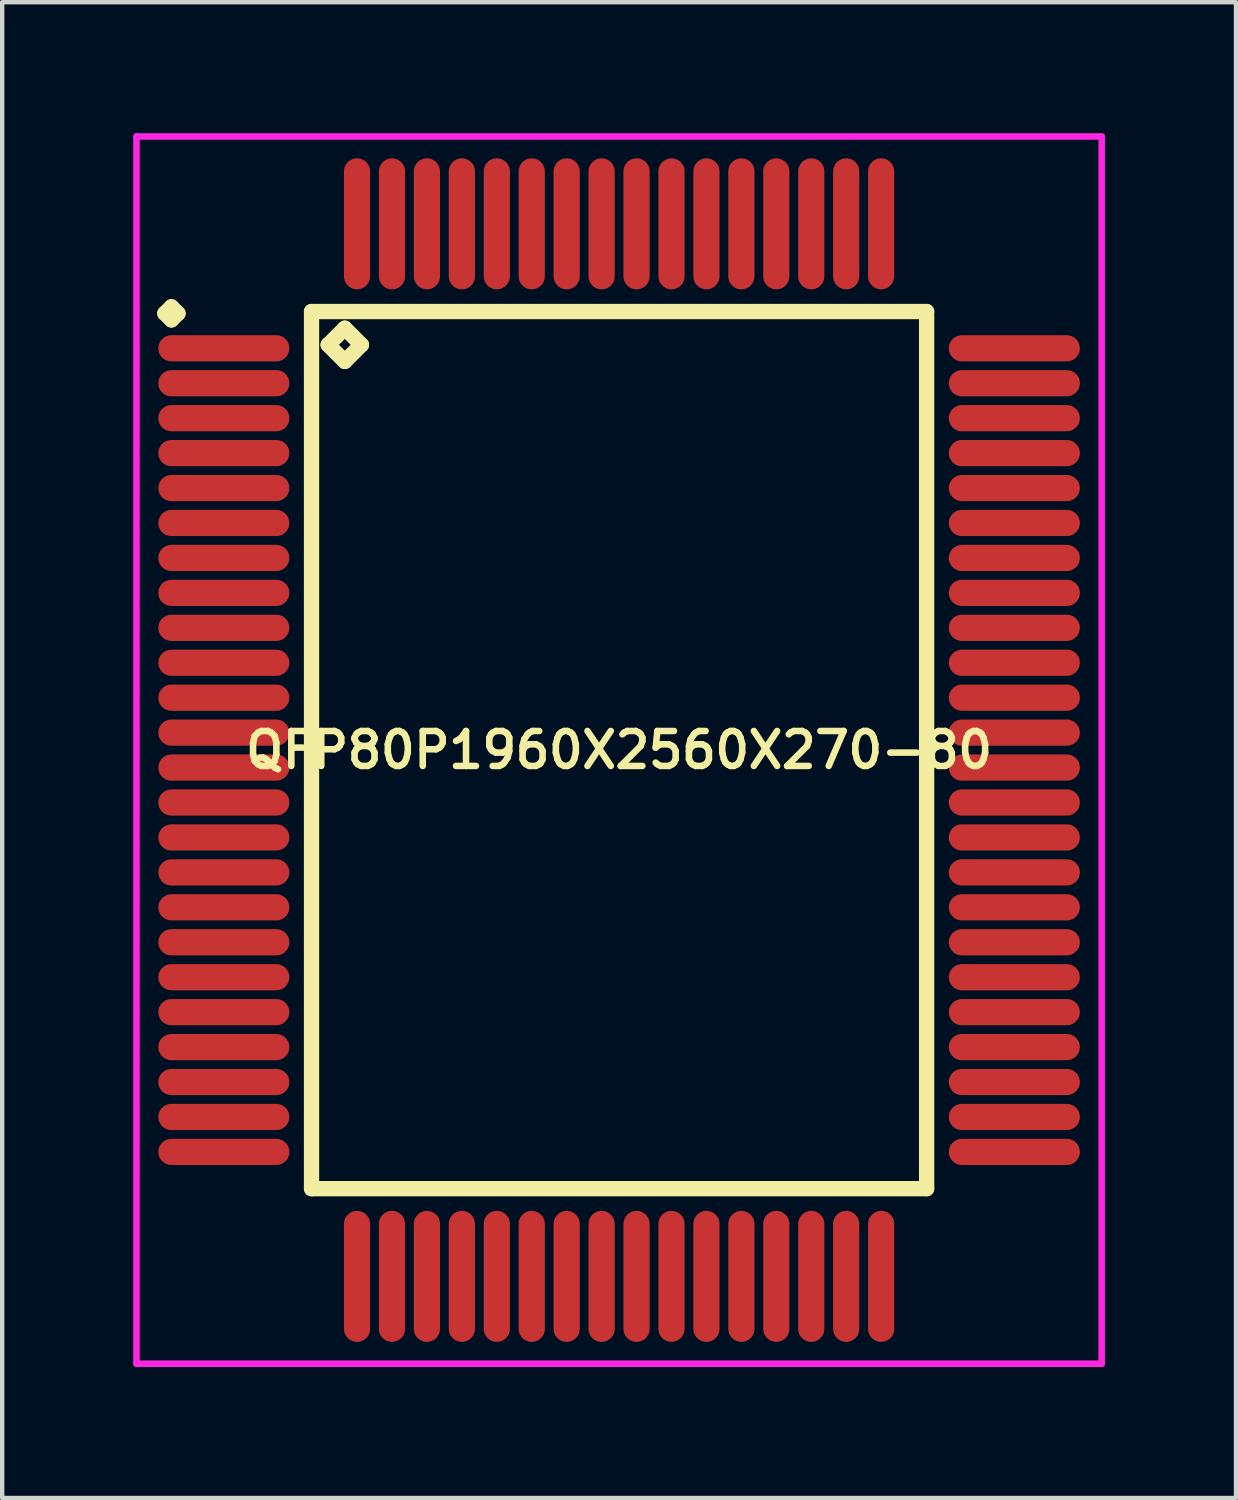
<source format=kicad_pcb>
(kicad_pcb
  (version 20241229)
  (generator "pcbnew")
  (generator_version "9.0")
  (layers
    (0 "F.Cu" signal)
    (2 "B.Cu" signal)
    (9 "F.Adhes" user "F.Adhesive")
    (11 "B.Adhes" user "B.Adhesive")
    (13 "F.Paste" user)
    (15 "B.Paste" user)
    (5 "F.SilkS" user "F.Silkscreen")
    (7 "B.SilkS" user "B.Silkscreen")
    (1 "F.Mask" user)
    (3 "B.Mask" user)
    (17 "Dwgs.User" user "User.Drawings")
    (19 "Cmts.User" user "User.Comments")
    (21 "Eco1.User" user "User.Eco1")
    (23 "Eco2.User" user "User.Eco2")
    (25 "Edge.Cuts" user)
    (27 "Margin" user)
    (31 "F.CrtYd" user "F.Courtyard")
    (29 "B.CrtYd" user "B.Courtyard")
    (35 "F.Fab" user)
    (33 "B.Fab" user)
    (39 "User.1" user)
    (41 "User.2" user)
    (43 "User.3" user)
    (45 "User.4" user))
  (footprint "QFP80P1960X2560X270-80"
    (layer "F.Cu")
    (at 11.125 14.125)
    (property "Reference" "QFP80P1960X2560X270-80" (at 0 0 0) (layer "F.SilkS") (effects (font (size 0.8 0.8) (thickness 0.15))))
    (attr smd)
    (fp_line (start -10.4 -10) (end -10.25 -10.15) (stroke (width 0.35) (type solid)) (layer "F.SilkS"))
    (fp_line (start -10.25 -10.15) (end -10.1 -10) (stroke (width 0.35) (type solid)) (layer "F.SilkS"))
    (fp_line (start -10.25 -9.85) (end -10.4 -10) (stroke (width 0.35) (type solid)) (layer "F.SilkS"))
    (fp_line (start -10.1 -10) (end -10.25 -9.85) (stroke (width 0.35) (type solid)) (layer "F.SilkS"))
    (fp_line (start -7.042 -10.042) (end -7.042 10.042) (stroke (width 0.35) (type solid)) (layer "F.SilkS"))
    (fp_line (start -7.042 10.042) (end 7.042 10.042) (stroke (width 0.35) (type solid)) (layer "F.SilkS"))
    (fp_line (start -6.661 -9.28) (end -6.28 -9.661) (stroke (width 0.35) (type solid)) (layer "F.SilkS"))
    (fp_line (start -6.28 -9.661) (end -5.899 -9.28) (stroke (width 0.35) (type solid)) (layer "F.SilkS"))
    (fp_line (start -6.28 -8.899) (end -6.661 -9.28) (stroke (width 0.35) (type solid)) (layer "F.SilkS"))
    (fp_line (start -5.899 -9.28) (end -6.28 -8.899) (stroke (width 0.35) (type solid)) (layer "F.SilkS"))
    (fp_line (start 7.042 -10.042) (end -7.042 -10.042) (stroke (width 0.35) (type solid)) (layer "F.SilkS"))
    (fp_line (start 7.042 10.042) (end 7.042 -10.042) (stroke (width 0.35) (type solid)) (layer "F.SilkS"))
    (fp_line (start -11.05 -14.05) (end 11.05 -14.05) (stroke (width 0.15) (type solid)) (layer "F.CrtYd"))
    (fp_line (start -11.05 14.05) (end -11.05 -14.05) (stroke (width 0.15) (type solid)) (layer "F.CrtYd"))
    (fp_line (start 11.05 -14.05) (end 11.05 14.05) (stroke (width 0.15) (type solid)) (layer "F.CrtYd"))
    (fp_line (start 11.05 14.05) (end -11.05 14.05) (stroke (width 0.15) (type solid)) (layer "F.CrtYd"))
    (pad "1" smd oval (at -9.05 -9.2) (size 3 0.6) (layers "F.Cu" "F.Mask" "F.Paste"))
    (pad "2" smd oval (at -9.05 -8.4) (size 3 0.6) (layers "F.Cu" "F.Mask" "F.Paste"))
    (pad "3" smd oval (at -9.05 -7.6) (size 3 0.6) (layers "F.Cu" "F.Mask" "F.Paste"))
    (pad "4" smd oval (at -9.05 -6.8) (size 3 0.6) (layers "F.Cu" "F.Mask" "F.Paste"))
    (pad "5" smd oval (at -9.05 -6) (size 3 0.6) (layers "F.Cu" "F.Mask" "F.Paste"))
    (pad "6" smd oval (at -9.05 -5.2) (size 3 0.6) (layers "F.Cu" "F.Mask" "F.Paste"))
    (pad "7" smd oval (at -9.05 -4.4) (size 3 0.6) (layers "F.Cu" "F.Mask" "F.Paste"))
    (pad "8" smd oval (at -9.05 -3.6) (size 3 0.6) (layers "F.Cu" "F.Mask" "F.Paste"))
    (pad "9" smd oval (at -9.05 -2.8) (size 3 0.6) (layers "F.Cu" "F.Mask" "F.Paste"))
    (pad "10" smd oval (at -9.05 -2) (size 3 0.6) (layers "F.Cu" "F.Mask" "F.Paste"))
    (pad "11" smd oval (at -9.05 -1.2) (size 3 0.6) (layers "F.Cu" "F.Mask" "F.Paste"))
    (pad "12" smd oval (at -9.05 -0.4) (size 3 0.6) (layers "F.Cu" "F.Mask" "F.Paste"))
    (pad "13" smd oval (at -9.05 0.4) (size 3 0.6) (layers "F.Cu" "F.Mask" "F.Paste"))
    (pad "14" smd oval (at -9.05 1.2) (size 3 0.6) (layers "F.Cu" "F.Mask" "F.Paste"))
    (pad "15" smd oval (at -9.05 2) (size 3 0.6) (layers "F.Cu" "F.Mask" "F.Paste"))
    (pad "16" smd oval (at -9.05 2.8) (size 3 0.6) (layers "F.Cu" "F.Mask" "F.Paste"))
    (pad "17" smd oval (at -9.05 3.6) (size 3 0.6) (layers "F.Cu" "F.Mask" "F.Paste"))
    (pad "18" smd oval (at -9.05 4.4) (size 3 0.6) (layers "F.Cu" "F.Mask" "F.Paste"))
    (pad "19" smd oval (at -9.05 5.2) (size 3 0.6) (layers "F.Cu" "F.Mask" "F.Paste"))
    (pad "20" smd oval (at -9.05 6) (size 3 0.6) (layers "F.Cu" "F.Mask" "F.Paste"))
    (pad "21" smd oval (at -9.05 6.8) (size 3 0.6) (layers "F.Cu" "F.Mask" "F.Paste"))
    (pad "22" smd oval (at -9.05 7.6) (size 3 0.6) (layers "F.Cu" "F.Mask" "F.Paste"))
    (pad "23" smd oval (at -9.05 8.4) (size 3 0.6) (layers "F.Cu" "F.Mask" "F.Paste"))
    (pad "24" smd oval (at -9.05 9.2) (size 3 0.6) (layers "F.Cu" "F.Mask" "F.Paste"))
    (pad "25" smd oval (at -6 12.05) (size 0.6 3) (layers "F.Cu" "F.Mask" "F.Paste"))
    (pad "26" smd oval (at -5.2 12.05) (size 0.6 3) (layers "F.Cu" "F.Mask" "F.Paste"))
    (pad "27" smd oval (at -4.4 12.05) (size 0.6 3) (layers "F.Cu" "F.Mask" "F.Paste"))
    (pad "28" smd oval (at -3.6 12.05) (size 0.6 3) (layers "F.Cu" "F.Mask" "F.Paste"))
    (pad "29" smd oval (at -2.8 12.05) (size 0.6 3) (layers "F.Cu" "F.Mask" "F.Paste"))
    (pad "30" smd oval (at -2 12.05) (size 0.6 3) (layers "F.Cu" "F.Mask" "F.Paste"))
    (pad "31" smd oval (at -1.2 12.05) (size 0.6 3) (layers "F.Cu" "F.Mask" "F.Paste"))
    (pad "32" smd oval (at -0.4 12.05) (size 0.6 3) (layers "F.Cu" "F.Mask" "F.Paste"))
    (pad "33" smd oval (at 0.4 12.05) (size 0.6 3) (layers "F.Cu" "F.Mask" "F.Paste"))
    (pad "34" smd oval (at 1.2 12.05) (size 0.6 3) (layers "F.Cu" "F.Mask" "F.Paste"))
    (pad "35" smd oval (at 2 12.05) (size 0.6 3) (layers "F.Cu" "F.Mask" "F.Paste"))
    (pad "36" smd oval (at 2.8 12.05) (size 0.6 3) (layers "F.Cu" "F.Mask" "F.Paste"))
    (pad "37" smd oval (at 3.6 12.05) (size 0.6 3) (layers "F.Cu" "F.Mask" "F.Paste"))
    (pad "38" smd oval (at 4.4 12.05) (size 0.6 3) (layers "F.Cu" "F.Mask" "F.Paste"))
    (pad "39" smd oval (at 5.2 12.05) (size 0.6 3) (layers "F.Cu" "F.Mask" "F.Paste"))
    (pad "40" smd oval (at 6 12.05) (size 0.6 3) (layers "F.Cu" "F.Mask" "F.Paste"))
    (pad "41" smd oval (at 9.05 9.2) (size 3 0.6) (layers "F.Cu" "F.Mask" "F.Paste"))
    (pad "42" smd oval (at 9.05 8.4) (size 3 0.6) (layers "F.Cu" "F.Mask" "F.Paste"))
    (pad "43" smd oval (at 9.05 7.6) (size 3 0.6) (layers "F.Cu" "F.Mask" "F.Paste"))
    (pad "44" smd oval (at 9.05 6.8) (size 3 0.6) (layers "F.Cu" "F.Mask" "F.Paste"))
    (pad "45" smd oval (at 9.05 6) (size 3 0.6) (layers "F.Cu" "F.Mask" "F.Paste"))
    (pad "46" smd oval (at 9.05 5.2) (size 3 0.6) (layers "F.Cu" "F.Mask" "F.Paste"))
    (pad "47" smd oval (at 9.05 4.4) (size 3 0.6) (layers "F.Cu" "F.Mask" "F.Paste"))
    (pad "48" smd oval (at 9.05 3.6) (size 3 0.6) (layers "F.Cu" "F.Mask" "F.Paste"))
    (pad "49" smd oval (at 9.05 2.8) (size 3 0.6) (layers "F.Cu" "F.Mask" "F.Paste"))
    (pad "50" smd oval (at 9.05 2) (size 3 0.6) (layers "F.Cu" "F.Mask" "F.Paste"))
    (pad "51" smd oval (at 9.05 1.2) (size 3 0.6) (layers "F.Cu" "F.Mask" "F.Paste"))
    (pad "52" smd oval (at 9.05 0.4) (size 3 0.6) (layers "F.Cu" "F.Mask" "F.Paste"))
    (pad "53" smd oval (at 9.05 -0.4) (size 3 0.6) (layers "F.Cu" "F.Mask" "F.Paste"))
    (pad "54" smd oval (at 9.05 -1.2) (size 3 0.6) (layers "F.Cu" "F.Mask" "F.Paste"))
    (pad "55" smd oval (at 9.05 -2) (size 3 0.6) (layers "F.Cu" "F.Mask" "F.Paste"))
    (pad "56" smd oval (at 9.05 -2.8) (size 3 0.6) (layers "F.Cu" "F.Mask" "F.Paste"))
    (pad "57" smd oval (at 9.05 -3.6) (size 3 0.6) (layers "F.Cu" "F.Mask" "F.Paste"))
    (pad "58" smd oval (at 9.05 -4.4) (size 3 0.6) (layers "F.Cu" "F.Mask" "F.Paste"))
    (pad "59" smd oval (at 9.05 -5.2) (size 3 0.6) (layers "F.Cu" "F.Mask" "F.Paste"))
    (pad "60" smd oval (at 9.05 -6) (size 3 0.6) (layers "F.Cu" "F.Mask" "F.Paste"))
    (pad "61" smd oval (at 9.05 -6.8) (size 3 0.6) (layers "F.Cu" "F.Mask" "F.Paste"))
    (pad "62" smd oval (at 9.05 -7.6) (size 3 0.6) (layers "F.Cu" "F.Mask" "F.Paste"))
    (pad "63" smd oval (at 9.05 -8.4) (size 3 0.6) (layers "F.Cu" "F.Mask" "F.Paste"))
    (pad "64" smd oval (at 9.05 -9.2) (size 3 0.6) (layers "F.Cu" "F.Mask" "F.Paste"))
    (pad "65" smd oval (at 6 -12.05) (size 0.6 3) (layers "F.Cu" "F.Mask" "F.Paste"))
    (pad "66" smd oval (at 5.2 -12.05) (size 0.6 3) (layers "F.Cu" "F.Mask" "F.Paste"))
    (pad "67" smd oval (at 4.4 -12.05) (size 0.6 3) (layers "F.Cu" "F.Mask" "F.Paste"))
    (pad "68" smd oval (at 3.6 -12.05) (size 0.6 3) (layers "F.Cu" "F.Mask" "F.Paste"))
    (pad "69" smd oval (at 2.8 -12.05) (size 0.6 3) (layers "F.Cu" "F.Mask" "F.Paste"))
    (pad "70" smd oval (at 2 -12.05) (size 0.6 3) (layers "F.Cu" "F.Mask" "F.Paste"))
    (pad "71" smd oval (at 1.2 -12.05) (size 0.6 3) (layers "F.Cu" "F.Mask" "F.Paste"))
    (pad "72" smd oval (at 0.4 -12.05) (size 0.6 3) (layers "F.Cu" "F.Mask" "F.Paste"))
    (pad "73" smd oval (at -0.4 -12.05) (size 0.6 3) (layers "F.Cu" "F.Mask" "F.Paste"))
    (pad "74" smd oval (at -1.2 -12.05) (size 0.6 3) (layers "F.Cu" "F.Mask" "F.Paste"))
    (pad "75" smd oval (at -2 -12.05) (size 0.6 3) (layers "F.Cu" "F.Mask" "F.Paste"))
    (pad "76" smd oval (at -2.8 -12.05) (size 0.6 3) (layers "F.Cu" "F.Mask" "F.Paste"))
    (pad "77" smd oval (at -3.6 -12.05) (size 0.6 3) (layers "F.Cu" "F.Mask" "F.Paste"))
    (pad "78" smd oval (at -4.4 -12.05) (size 0.6 3) (layers "F.Cu" "F.Mask" "F.Paste"))
    (pad "79" smd oval (at -5.2 -12.05) (size 0.6 3) (layers "F.Cu" "F.Mask" "F.Paste"))
    (pad "80" smd oval (at -6 -12.05) (size 0.6 3) (layers "F.Cu" "F.Mask" "F.Paste")))
  (gr_rect
    (start -3 -3)
    (end 25.25 31.25)
    (stroke (width 0.1) (type default))
    (fill no)
    (layer "Edge.Cuts")))
</source>
